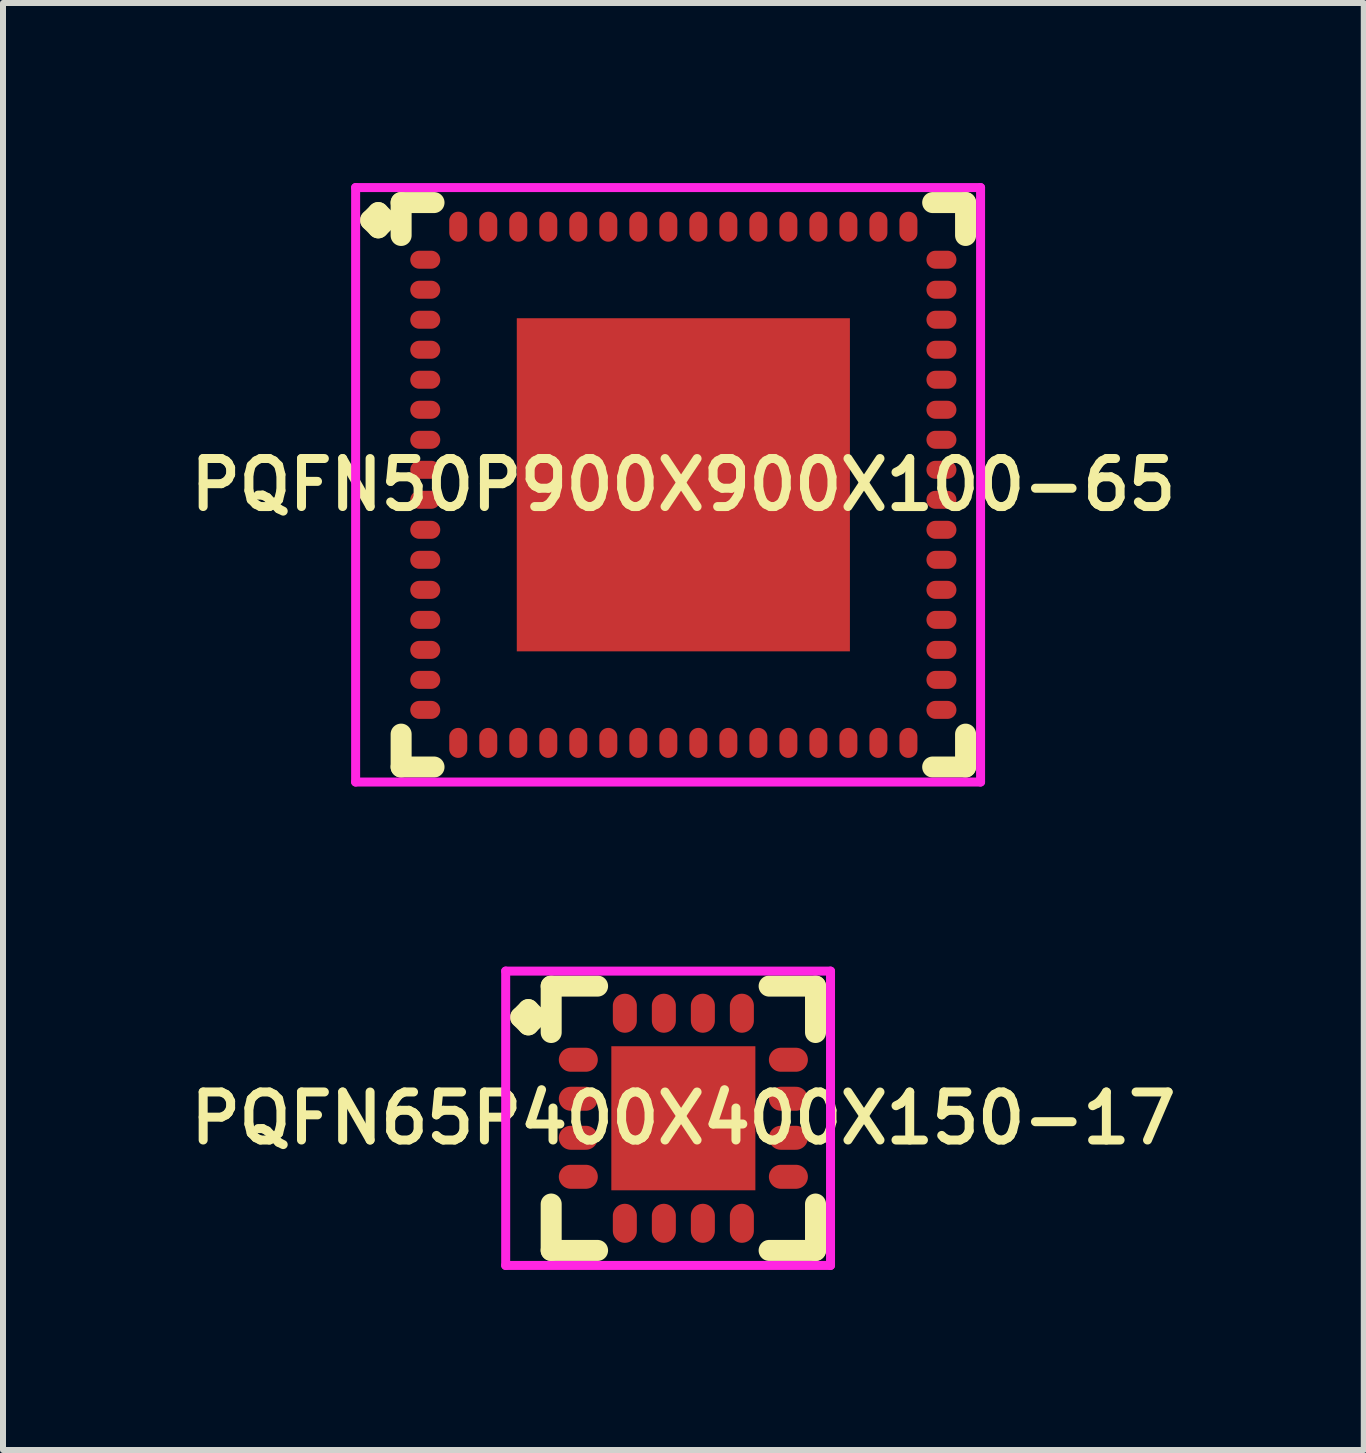
<source format=kicad_pcb>
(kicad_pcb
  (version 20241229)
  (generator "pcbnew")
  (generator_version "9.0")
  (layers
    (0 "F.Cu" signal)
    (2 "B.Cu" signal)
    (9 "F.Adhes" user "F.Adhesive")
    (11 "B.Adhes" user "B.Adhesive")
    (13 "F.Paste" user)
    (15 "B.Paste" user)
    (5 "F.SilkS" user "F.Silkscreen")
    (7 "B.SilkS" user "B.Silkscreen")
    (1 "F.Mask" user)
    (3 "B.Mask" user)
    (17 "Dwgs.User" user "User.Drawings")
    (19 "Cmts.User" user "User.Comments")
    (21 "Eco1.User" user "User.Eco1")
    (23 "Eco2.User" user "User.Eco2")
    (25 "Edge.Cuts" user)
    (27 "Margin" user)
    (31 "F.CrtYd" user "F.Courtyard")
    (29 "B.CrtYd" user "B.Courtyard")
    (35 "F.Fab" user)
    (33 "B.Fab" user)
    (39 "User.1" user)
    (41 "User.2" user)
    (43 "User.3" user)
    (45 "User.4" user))
  (footprint "PQFN50P900X900X100-65"
    (layer "F.Cu")
    (at 8.335 5.027)
    (property "Reference" "PQFN50P900X900X100-65" (at 0 0 0) (layer "F.SilkS") (effects (font (size 0.8 0.8) (thickness 0.15))))
    (attr smd)
    (fp_line (start -5.21 -4.408) (end -5.083 -4.535) (stroke (width 0.35) (type solid)) (layer "F.SilkS"))
    (fp_line (start -5.083 -4.535) (end -4.956 -4.408) (stroke (width 0.35) (type solid)) (layer "F.SilkS"))
    (fp_line (start -5.083 -4.281) (end -5.21 -4.408) (stroke (width 0.35) (type solid)) (layer "F.SilkS"))
    (fp_line (start -4.956 -4.408) (end -5.083 -4.281) (stroke (width 0.35) (type solid)) (layer "F.SilkS"))
    (fp_line (start -4.702 -4.702) (end -4.154 -4.702) (stroke (width 0.35) (type solid)) (layer "F.SilkS"))
    (fp_line (start -4.702 -4.154) (end -4.702 -4.702) (stroke (width 0.35) (type solid)) (layer "F.SilkS"))
    (fp_line (start -4.702 4.154) (end -4.702 4.702) (stroke (width 0.35) (type solid)) (layer "F.SilkS"))
    (fp_line (start -4.702 4.702) (end -4.154 4.702) (stroke (width 0.35) (type solid)) (layer "F.SilkS"))
    (fp_line (start 4.154 -4.702) (end 4.702 -4.702) (stroke (width 0.35) (type solid)) (layer "F.SilkS"))
    (fp_line (start 4.154 4.702) (end 4.702 4.702) (stroke (width 0.35) (type solid)) (layer "F.SilkS"))
    (fp_line (start 4.702 -4.702) (end 4.702 -4.154) (stroke (width 0.35) (type solid)) (layer "F.SilkS"))
    (fp_line (start 4.702 4.702) (end 4.702 4.154) (stroke (width 0.35) (type solid)) (layer "F.SilkS"))
    (fp_line (start -5.46 -4.952) (end 4.952 -4.952) (stroke (width 0.15) (type solid)) (layer "F.CrtYd"))
    (fp_line (start -5.46 4.952) (end -5.46 -4.952) (stroke (width 0.15) (type solid)) (layer "F.CrtYd"))
    (fp_line (start 4.952 -4.952) (end 4.952 4.952) (stroke (width 0.15) (type solid)) (layer "F.CrtYd"))
    (fp_line (start 4.952 4.952) (end -5.46 4.952) (stroke (width 0.15) (type solid)) (layer "F.CrtYd"))
    (pad "1" smd oval (at -4.3 -3.75) (size 0.5 0.3) (layers "F.Cu" "F.Mask" "F.Paste"))
    (pad "2" smd oval (at -4.3 -3.25) (size 0.5 0.3) (layers "F.Cu" "F.Mask" "F.Paste"))
    (pad "3" smd oval (at -4.3 -2.75) (size 0.5 0.3) (layers "F.Cu" "F.Mask" "F.Paste"))
    (pad "4" smd oval (at -4.3 -2.25) (size 0.5 0.3) (layers "F.Cu" "F.Mask" "F.Paste"))
    (pad "5" smd oval (at -4.3 -1.75) (size 0.5 0.3) (layers "F.Cu" "F.Mask" "F.Paste"))
    (pad "6" smd oval (at -4.3 -1.25) (size 0.5 0.3) (layers "F.Cu" "F.Mask" "F.Paste"))
    (pad "7" smd oval (at -4.3 -0.75) (size 0.5 0.3) (layers "F.Cu" "F.Mask" "F.Paste"))
    (pad "8" smd oval (at -4.3 -0.25) (size 0.5 0.3) (layers "F.Cu" "F.Mask" "F.Paste"))
    (pad "9" smd oval (at -4.3 0.25) (size 0.5 0.3) (layers "F.Cu" "F.Mask" "F.Paste"))
    (pad "10" smd oval (at -4.3 0.75) (size 0.5 0.3) (layers "F.Cu" "F.Mask" "F.Paste"))
    (pad "11" smd oval (at -4.3 1.25) (size 0.5 0.3) (layers "F.Cu" "F.Mask" "F.Paste"))
    (pad "12" smd oval (at -4.3 1.75) (size 0.5 0.3) (layers "F.Cu" "F.Mask" "F.Paste"))
    (pad "13" smd oval (at -4.3 2.25) (size 0.5 0.3) (layers "F.Cu" "F.Mask" "F.Paste"))
    (pad "14" smd oval (at -4.3 2.75) (size 0.5 0.3) (layers "F.Cu" "F.Mask" "F.Paste"))
    (pad "15" smd oval (at -4.3 3.25) (size 0.5 0.3) (layers "F.Cu" "F.Mask" "F.Paste"))
    (pad "16" smd oval (at -4.3 3.75) (size 0.5 0.3) (layers "F.Cu" "F.Mask" "F.Paste"))
    (pad "17" smd oval (at -3.75 4.3) (size 0.3 0.5) (layers "F.Cu" "F.Mask" "F.Paste"))
    (pad "18" smd oval (at -3.25 4.3) (size 0.3 0.5) (layers "F.Cu" "F.Mask" "F.Paste"))
    (pad "19" smd oval (at -2.75 4.3) (size 0.3 0.5) (layers "F.Cu" "F.Mask" "F.Paste"))
    (pad "20" smd oval (at -2.25 4.3) (size 0.3 0.5) (layers "F.Cu" "F.Mask" "F.Paste"))
    (pad "21" smd oval (at -1.75 4.3) (size 0.3 0.5) (layers "F.Cu" "F.Mask" "F.Paste"))
    (pad "22" smd oval (at -1.25 4.3) (size 0.3 0.5) (layers "F.Cu" "F.Mask" "F.Paste"))
    (pad "23" smd oval (at -0.75 4.3) (size 0.3 0.5) (layers "F.Cu" "F.Mask" "F.Paste"))
    (pad "24" smd oval (at -0.25 4.3) (size 0.3 0.5) (layers "F.Cu" "F.Mask" "F.Paste"))
    (pad "25" smd oval (at 0.25 4.3) (size 0.3 0.5) (layers "F.Cu" "F.Mask" "F.Paste"))
    (pad "26" smd oval (at 0.75 4.3) (size 0.3 0.5) (layers "F.Cu" "F.Mask" "F.Paste"))
    (pad "27" smd oval (at 1.25 4.3) (size 0.3 0.5) (layers "F.Cu" "F.Mask" "F.Paste"))
    (pad "28" smd oval (at 1.75 4.3) (size 0.3 0.5) (layers "F.Cu" "F.Mask" "F.Paste"))
    (pad "29" smd oval (at 2.25 4.3) (size 0.3 0.5) (layers "F.Cu" "F.Mask" "F.Paste"))
    (pad "30" smd oval (at 2.75 4.3) (size 0.3 0.5) (layers "F.Cu" "F.Mask" "F.Paste"))
    (pad "31" smd oval (at 3.25 4.3) (size 0.3 0.5) (layers "F.Cu" "F.Mask" "F.Paste"))
    (pad "32" smd oval (at 3.75 4.3) (size 0.3 0.5) (layers "F.Cu" "F.Mask" "F.Paste"))
    (pad "33" smd oval (at 4.3 3.75) (size 0.5 0.3) (layers "F.Cu" "F.Mask" "F.Paste"))
    (pad "34" smd oval (at 4.3 3.25) (size 0.5 0.3) (layers "F.Cu" "F.Mask" "F.Paste"))
    (pad "35" smd oval (at 4.3 2.75) (size 0.5 0.3) (layers "F.Cu" "F.Mask" "F.Paste"))
    (pad "36" smd oval (at 4.3 2.25) (size 0.5 0.3) (layers "F.Cu" "F.Mask" "F.Paste"))
    (pad "37" smd oval (at 4.3 1.75) (size 0.5 0.3) (layers "F.Cu" "F.Mask" "F.Paste"))
    (pad "38" smd oval (at 4.3 1.25) (size 0.5 0.3) (layers "F.Cu" "F.Mask" "F.Paste"))
    (pad "39" smd oval (at 4.3 0.75) (size 0.5 0.3) (layers "F.Cu" "F.Mask" "F.Paste"))
    (pad "40" smd oval (at 4.3 0.25) (size 0.5 0.3) (layers "F.Cu" "F.Mask" "F.Paste"))
    (pad "41" smd oval (at 4.3 -0.25) (size 0.5 0.3) (layers "F.Cu" "F.Mask" "F.Paste"))
    (pad "42" smd oval (at 4.3 -0.75) (size 0.5 0.3) (layers "F.Cu" "F.Mask" "F.Paste"))
    (pad "43" smd oval (at 4.3 -1.25) (size 0.5 0.3) (layers "F.Cu" "F.Mask" "F.Paste"))
    (pad "44" smd oval (at 4.3 -1.75) (size 0.5 0.3) (layers "F.Cu" "F.Mask" "F.Paste"))
    (pad "45" smd oval (at 4.3 -2.25) (size 0.5 0.3) (layers "F.Cu" "F.Mask" "F.Paste"))
    (pad "46" smd oval (at 4.3 -2.75) (size 0.5 0.3) (layers "F.Cu" "F.Mask" "F.Paste"))
    (pad "47" smd oval (at 4.3 -3.25) (size 0.5 0.3) (layers "F.Cu" "F.Mask" "F.Paste"))
    (pad "48" smd oval (at 4.3 -3.75) (size 0.5 0.3) (layers "F.Cu" "F.Mask" "F.Paste"))
    (pad "49" smd oval (at 3.75 -4.3) (size 0.3 0.5) (layers "F.Cu" "F.Mask" "F.Paste"))
    (pad "50" smd oval (at 3.25 -4.3) (size 0.3 0.5) (layers "F.Cu" "F.Mask" "F.Paste"))
    (pad "51" smd oval (at 2.75 -4.3) (size 0.3 0.5) (layers "F.Cu" "F.Mask" "F.Paste"))
    (pad "52" smd oval (at 2.25 -4.3) (size 0.3 0.5) (layers "F.Cu" "F.Mask" "F.Paste"))
    (pad "53" smd oval (at 1.75 -4.3) (size 0.3 0.5) (layers "F.Cu" "F.Mask" "F.Paste"))
    (pad "54" smd oval (at 1.25 -4.3) (size 0.3 0.5) (layers "F.Cu" "F.Mask" "F.Paste"))
    (pad "55" smd oval (at 0.75 -4.3) (size 0.3 0.5) (layers "F.Cu" "F.Mask" "F.Paste"))
    (pad "56" smd oval (at 0.25 -4.3) (size 0.3 0.5) (layers "F.Cu" "F.Mask" "F.Paste"))
    (pad "57" smd oval (at -0.25 -4.3) (size 0.3 0.5) (layers "F.Cu" "F.Mask" "F.Paste"))
    (pad "58" smd oval (at -0.75 -4.3) (size 0.3 0.5) (layers "F.Cu" "F.Mask" "F.Paste"))
    (pad "59" smd oval (at -1.25 -4.3) (size 0.3 0.5) (layers "F.Cu" "F.Mask" "F.Paste"))
    (pad "60" smd oval (at -1.75 -4.3) (size 0.3 0.5) (layers "F.Cu" "F.Mask" "F.Paste"))
    (pad "61" smd oval (at -2.25 -4.3) (size 0.3 0.5) (layers "F.Cu" "F.Mask" "F.Paste"))
    (pad "62" smd oval (at -2.75 -4.3) (size 0.3 0.5) (layers "F.Cu" "F.Mask" "F.Paste"))
    (pad "63" smd oval (at -3.25 -4.3) (size 0.3 0.5) (layers "F.Cu" "F.Mask" "F.Paste"))
    (pad "64" smd oval (at -3.75 -4.3) (size 0.3 0.5) (layers "F.Cu" "F.Mask" "F.Paste"))
    (pad "65" smd rect (at 0 0) (size 5.55 5.55) (layers "F.Cu" "F.Mask" "F.Paste")))
  (footprint "PQFN65P400X400X150-17"
    (layer "F.Cu")
    (at 8.335 15.581)
    (property "Reference" "PQFN65P400X400X150-17" (at 0 0 0) (layer "F.SilkS") (effects (font (size 0.8 0.8) (thickness 0.15))))
    (attr smd)
    (fp_line (start -2.71 -1.683) (end -2.583 -1.81) (stroke (width 0.35) (type solid)) (layer "F.SilkS"))
    (fp_line (start -2.583 -1.81) (end -2.456 -1.683) (stroke (width 0.35) (type solid)) (layer "F.SilkS"))
    (fp_line (start -2.583 -1.556) (end -2.71 -1.683) (stroke (width 0.35) (type solid)) (layer "F.SilkS"))
    (fp_line (start -2.456 -1.683) (end -2.583 -1.556) (stroke (width 0.35) (type solid)) (layer "F.SilkS"))
    (fp_line (start -2.202 -2.202) (end -1.429 -2.202) (stroke (width 0.35) (type solid)) (layer "F.SilkS"))
    (fp_line (start -2.202 -1.429) (end -2.202 -2.202) (stroke (width 0.35) (type solid)) (layer "F.SilkS"))
    (fp_line (start -2.202 1.429) (end -2.202 2.202) (stroke (width 0.35) (type solid)) (layer "F.SilkS"))
    (fp_line (start -2.202 2.202) (end -1.429 2.202) (stroke (width 0.35) (type solid)) (layer "F.SilkS"))
    (fp_line (start 1.429 -2.202) (end 2.202 -2.202) (stroke (width 0.35) (type solid)) (layer "F.SilkS"))
    (fp_line (start 1.429 2.202) (end 2.202 2.202) (stroke (width 0.35) (type solid)) (layer "F.SilkS"))
    (fp_line (start 2.202 -2.202) (end 2.202 -1.429) (stroke (width 0.35) (type solid)) (layer "F.SilkS"))
    (fp_line (start 2.202 2.202) (end 2.202 1.429) (stroke (width 0.35) (type solid)) (layer "F.SilkS"))
    (fp_line (start -2.96 -2.452) (end 2.452 -2.452) (stroke (width 0.15) (type solid)) (layer "F.CrtYd"))
    (fp_line (start -2.96 2.452) (end -2.96 -2.452) (stroke (width 0.15) (type solid)) (layer "F.CrtYd"))
    (fp_line (start 2.452 -2.452) (end 2.452 2.452) (stroke (width 0.15) (type solid)) (layer "F.CrtYd"))
    (fp_line (start 2.452 2.452) (end -2.96 2.452) (stroke (width 0.15) (type solid)) (layer "F.CrtYd"))
    (pad "1" smd oval (at -1.75 -0.975) (size 0.65 0.4) (layers "F.Cu" "F.Mask" "F.Paste"))
    (pad "2" smd oval (at -1.75 -0.325) (size 0.65 0.4) (layers "F.Cu" "F.Mask" "F.Paste"))
    (pad "3" smd oval (at -1.75 0.325) (size 0.65 0.4) (layers "F.Cu" "F.Mask" "F.Paste"))
    (pad "4" smd oval (at -1.75 0.975) (size 0.65 0.4) (layers "F.Cu" "F.Mask" "F.Paste"))
    (pad "5" smd oval (at -0.975 1.75) (size 0.4 0.65) (layers "F.Cu" "F.Mask" "F.Paste"))
    (pad "6" smd oval (at -0.325 1.75) (size 0.4 0.65) (layers "F.Cu" "F.Mask" "F.Paste"))
    (pad "7" smd oval (at 0.325 1.75) (size 0.4 0.65) (layers "F.Cu" "F.Mask" "F.Paste"))
    (pad "8" smd oval (at 0.975 1.75) (size 0.4 0.65) (layers "F.Cu" "F.Mask" "F.Paste"))
    (pad "9" smd oval (at 1.75 0.975) (size 0.65 0.4) (layers "F.Cu" "F.Mask" "F.Paste"))
    (pad "10" smd oval (at 1.75 0.325) (size 0.65 0.4) (layers "F.Cu" "F.Mask" "F.Paste"))
    (pad "11" smd oval (at 1.75 -0.325) (size 0.65 0.4) (layers "F.Cu" "F.Mask" "F.Paste"))
    (pad "12" smd oval (at 1.75 -0.975) (size 0.65 0.4) (layers "F.Cu" "F.Mask" "F.Paste"))
    (pad "13" smd oval (at 0.975 -1.75) (size 0.4 0.65) (layers "F.Cu" "F.Mask" "F.Paste"))
    (pad "14" smd oval (at 0.325 -1.75) (size 0.4 0.65) (layers "F.Cu" "F.Mask" "F.Paste"))
    (pad "15" smd oval (at -0.325 -1.75) (size 0.4 0.65) (layers "F.Cu" "F.Mask" "F.Paste"))
    (pad "16" smd oval (at -0.975 -1.75) (size 0.4 0.65) (layers "F.Cu" "F.Mask" "F.Paste"))
    (pad "17" smd rect (at 0 0) (size 2.4 2.4) (layers "F.Cu" "F.Mask" "F.Paste")))
  (gr_rect
    (start -3 -3)
    (end 19.671 21.108)
    (stroke (width 0.1) (type default))
    (fill no)
    (layer "Edge.Cuts")))
</source>
